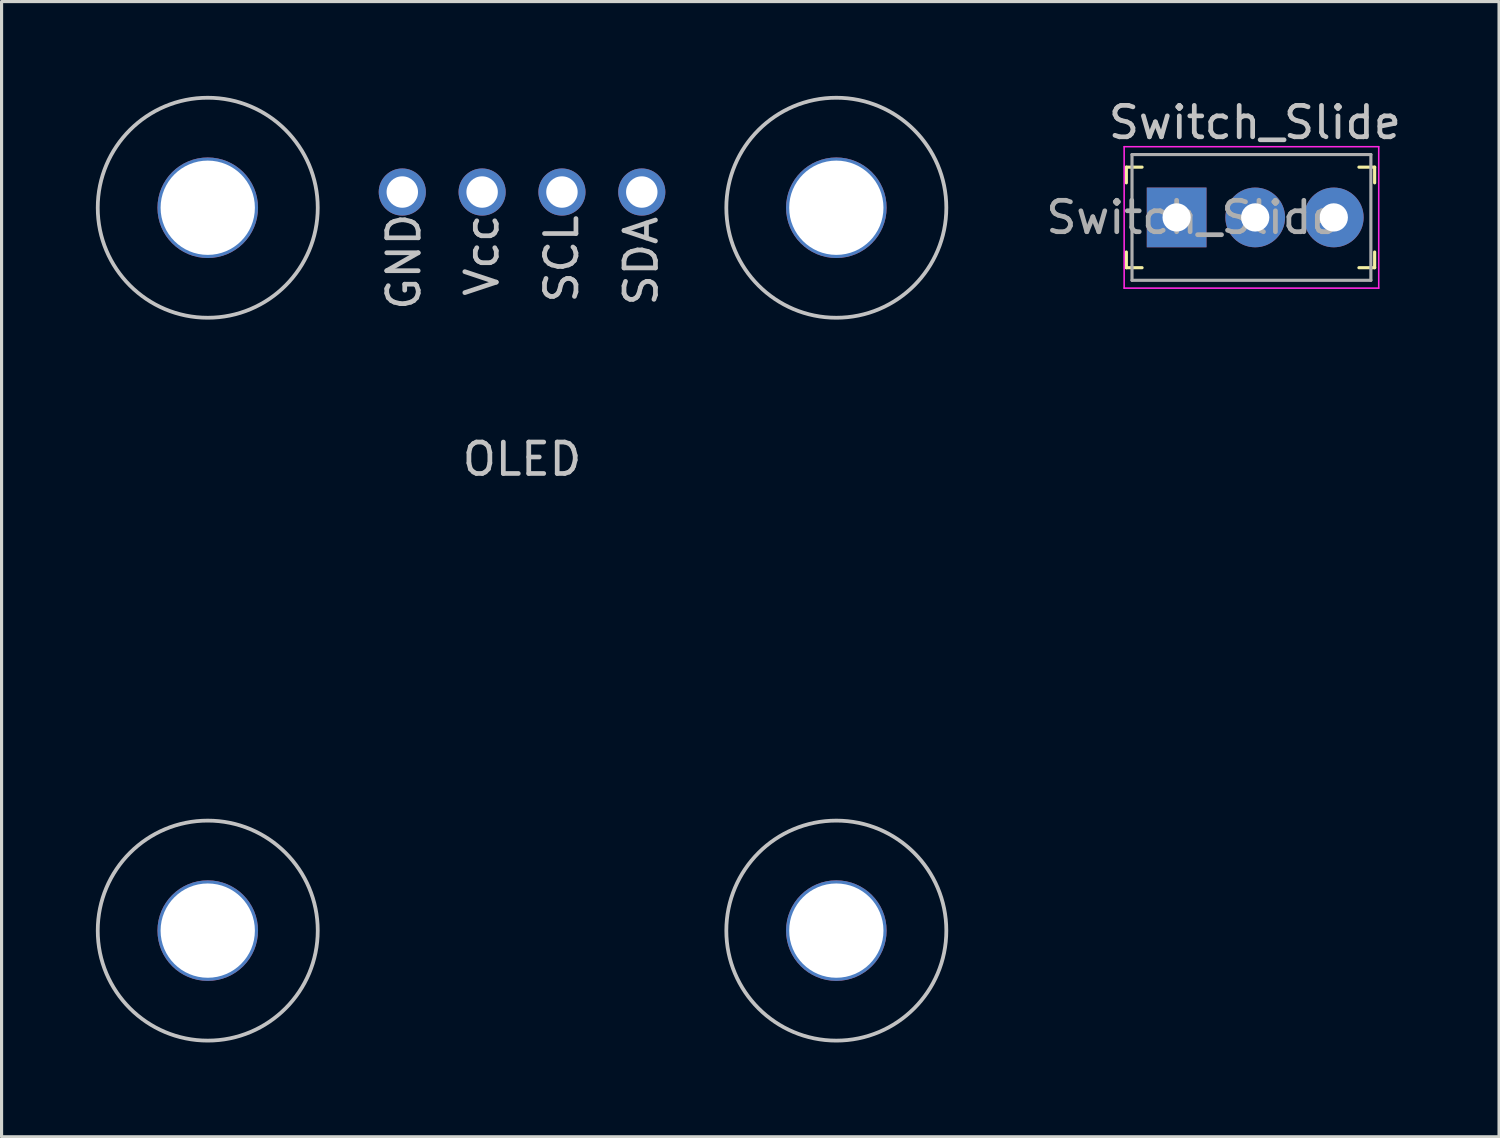
<source format=kicad_pcb>
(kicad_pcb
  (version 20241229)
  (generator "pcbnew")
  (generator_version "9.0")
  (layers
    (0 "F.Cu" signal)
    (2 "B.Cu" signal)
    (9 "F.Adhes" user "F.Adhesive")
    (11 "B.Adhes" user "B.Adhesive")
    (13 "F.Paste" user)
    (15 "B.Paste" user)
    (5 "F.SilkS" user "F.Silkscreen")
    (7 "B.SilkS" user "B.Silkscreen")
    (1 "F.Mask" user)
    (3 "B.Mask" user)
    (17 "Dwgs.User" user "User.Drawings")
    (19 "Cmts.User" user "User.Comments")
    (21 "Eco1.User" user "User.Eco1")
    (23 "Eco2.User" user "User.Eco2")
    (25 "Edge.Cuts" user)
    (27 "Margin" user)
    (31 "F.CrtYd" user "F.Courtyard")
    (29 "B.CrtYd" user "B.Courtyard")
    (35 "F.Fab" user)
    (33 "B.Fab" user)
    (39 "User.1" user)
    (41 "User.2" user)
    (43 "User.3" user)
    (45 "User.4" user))
  (footprint "Switch_Slide"
    (layer "F.Cu")
    (at 34.388 3.868)
    (property "Reference" "Switch_Slide" (at 2.49 -3.02 0) (layer "Dwgs.User") (effects (font (size 1 1) (thickness 0.15))))
    (attr through_hole)
    (fp_line (start -1.6 -1.6) (end -1.6 -1.1) (stroke (width 0.1) (type solid)) (layer "F.SilkS"))
    (fp_line (start -1.6 -1.6) (end -1.1 -1.6) (stroke (width 0.1) (type solid)) (layer "F.SilkS"))
    (fp_line (start -1.6 1.6) (end -1.6 1.1) (stroke (width 0.1) (type solid)) (layer "F.SilkS"))
    (fp_line (start -1.6 1.6) (end -1.1 1.6) (stroke (width 0.1) (type solid)) (layer "F.SilkS"))
    (fp_line (start 6.3 -1.6) (end 5.8 -1.6) (stroke (width 0.1) (type solid)) (layer "F.SilkS"))
    (fp_line (start 6.3 -1.6) (end 6.3 -1.1) (stroke (width 0.1) (type solid)) (layer "F.SilkS"))
    (fp_line (start 6.3 1.6) (end 5.8 1.6) (stroke (width 0.1) (type solid)) (layer "F.SilkS"))
    (fp_line (start 6.3 1.6) (end 6.3 1.1) (stroke (width 0.1) (type solid)) (layer "F.SilkS"))
    (fp_line (start -1.67 -2.25) (end 6.43 -2.25) (stroke (width 0.05) (type solid)) (layer "F.CrtYd"))
    (fp_line (start -1.67 2.25) (end -1.67 -2.25) (stroke (width 0.05) (type solid)) (layer "F.CrtYd"))
    (fp_line (start -1.67 2.25) (end 6.43 2.25) (stroke (width 0.05) (type solid)) (layer "F.CrtYd"))
    (fp_line (start 6.43 2.25) (end 6.43 -2.25) (stroke (width 0.05) (type solid)) (layer "F.CrtYd"))
    (fp_line (start -1.42 -2) (end 6.18 -2) (stroke (width 0.1) (type solid)) (layer "F.Fab"))
    (fp_line (start -1.42 2) (end -1.42 -2) (stroke (width 0.1) (type solid)) (layer "F.Fab"))
    (fp_line (start -1.42 2) (end 6.18 2) (stroke (width 0.1) (type solid)) (layer "F.Fab"))
    (fp_line (start 6.18 2) (end 6.18 -2) (stroke (width 0.1) (type solid)) (layer "F.Fab"))
    (fp_text user "${REFERENCE}" (at 0.5 0 0) (layer "F.Fab") (effects (font (size 1 1) (thickness 0.15))))
    (pad "1" thru_hole rect (at 0 0) (size 1.9 1.9) (drill 0.9) (layers "*.Cu" "*.Mask"))
    (pad "2" thru_hole circle (at 2.5 0) (size 1.9 1.9) (drill 0.9) (layers "*.Cu" "*.Mask"))
    (pad "3" thru_hole circle (at 5 0) (size 1.9 1.9) (drill 0.9) (layers "*.Cu" "*.Mask")))
  (footprint "OLED"
    (layer "F.Cu")
    (at 13.56 3.56)
    (property "Reference" "OLED" (at 0 8 0) (layer "Dwgs.User") (effects (font (size 1 1) (thickness 0.15))))
    (attr through_hole)
    (fp_circle (center -10 0) (end -6.5 0) (stroke (width 0.12) (type solid)) (fill no) (layer "Dwgs.User"))
    (fp_circle (center -10 23) (end -6.5 23) (stroke (width 0.12) (type solid)) (fill no) (layer "Dwgs.User"))
    (fp_circle (center 10 0) (end 13.5 0) (stroke (width 0.12) (type solid)) (fill no) (layer "Dwgs.User"))
    (fp_circle (center 10 23) (end 13.5 23) (stroke (width 0.12) (type solid)) (fill no) (layer "Dwgs.User"))
    (fp_text user "SCL" (at 1.26 1.63 90) (layer "Dwgs.User") (effects (font (size 1 1) (thickness 0.15))))
    (fp_text user "SDA" (at 3.79 1.7 90) (layer "Dwgs.User") (effects (font (size 1 1) (thickness 0.15))))
    (fp_text user "Vcc" (at -1.275 1.51 270) (layer "Dwgs.User") (effects (font (size 1 1) (thickness 0.15))))
    (fp_text user "GND" (at -3.759 1.718 90) (layer "Dwgs.User") (effects (font (size 1 1) (thickness 0.15))))
    (pad "" np_thru_hole circle (at -10 0) (size 3.2 3.2) (drill 3) (layers "*.Cu" "*.Mask"))
    (pad "" np_thru_hole circle (at -10 23) (size 3.2 3.2) (drill 3) (layers "*.Cu" "*.Mask"))
    (pad "" np_thru_hole circle (at 10 0) (size 3.2 3.2) (drill 3) (layers "*.Cu" "*.Mask"))
    (pad "" np_thru_hole circle (at 10 23) (size 3.2 3.2) (drill 3) (layers "*.Cu" "*.Mask"))
    (pad "1" thru_hole circle (at -3.81 -0.5) (size 1.5 1.5) (drill 1) (layers "*.Cu" "*.Mask"))
    (pad "2" thru_hole circle (at -1.27 -0.5) (size 1.5 1.5) (drill 1) (layers "*.Cu" "*.Mask"))
    (pad "3" thru_hole circle (at 1.27 -0.5) (size 1.5 1.5) (drill 1) (layers "*.Cu" "*.Mask"))
    (pad "4" thru_hole circle (at 3.81 -0.5) (size 1.5 1.5) (drill 1) (layers "*.Cu" "*.Mask")))
  (gr_rect
    (start -3 -3)
    (end 44.646 33.12)
    (stroke (width 0.1) (type default))
    (fill no)
    (layer "Edge.Cuts")))
</source>
